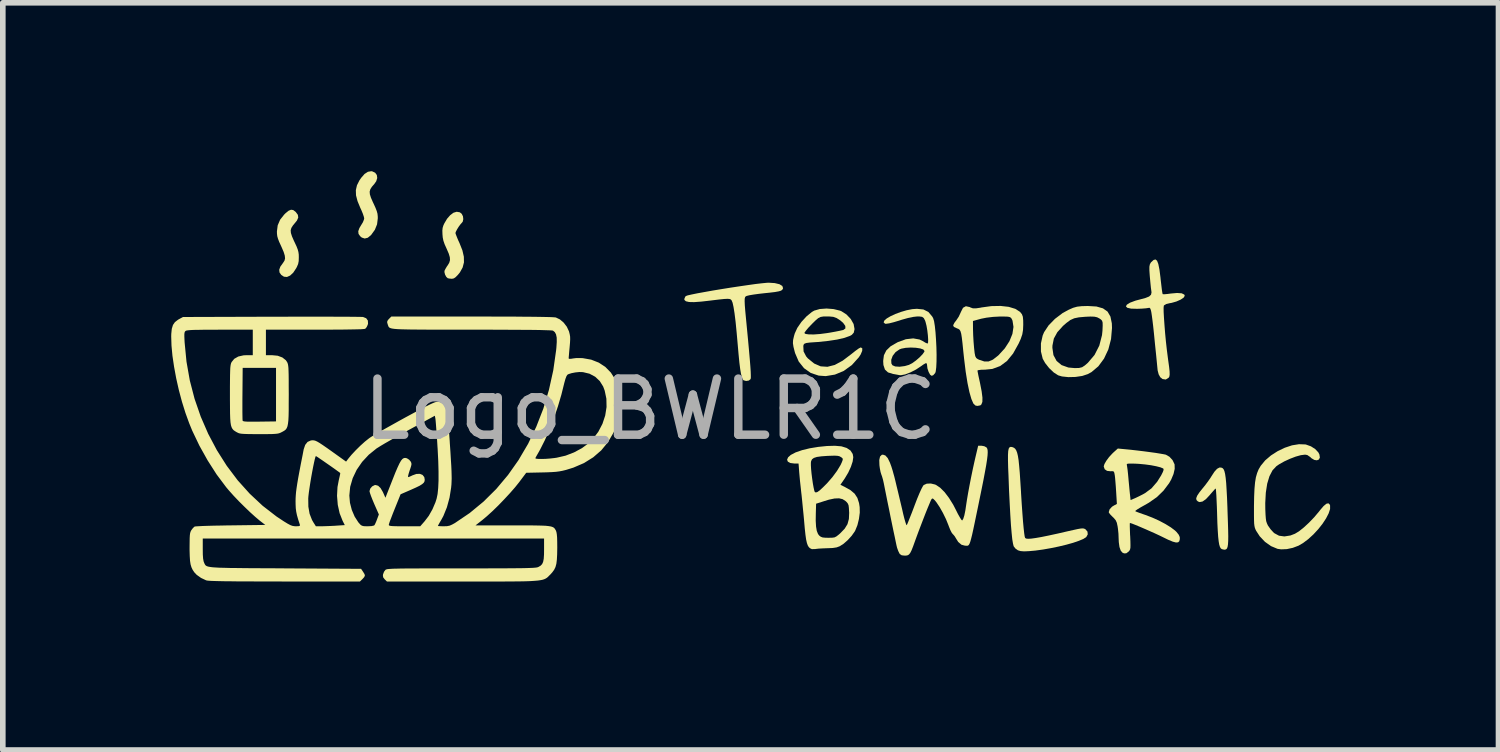
<source format=kicad_pcb>
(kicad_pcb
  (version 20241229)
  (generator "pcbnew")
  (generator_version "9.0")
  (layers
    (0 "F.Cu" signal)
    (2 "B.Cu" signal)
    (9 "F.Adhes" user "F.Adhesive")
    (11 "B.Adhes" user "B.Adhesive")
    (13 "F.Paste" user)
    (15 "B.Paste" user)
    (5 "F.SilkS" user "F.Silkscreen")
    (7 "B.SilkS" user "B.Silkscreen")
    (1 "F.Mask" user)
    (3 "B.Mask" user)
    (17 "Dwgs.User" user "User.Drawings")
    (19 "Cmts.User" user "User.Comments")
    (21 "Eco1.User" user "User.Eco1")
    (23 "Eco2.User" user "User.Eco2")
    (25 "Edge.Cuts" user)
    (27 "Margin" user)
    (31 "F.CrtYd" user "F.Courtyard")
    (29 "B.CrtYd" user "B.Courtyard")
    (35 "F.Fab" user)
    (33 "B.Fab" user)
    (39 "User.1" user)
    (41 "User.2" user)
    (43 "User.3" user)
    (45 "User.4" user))
  (footprint "Logo_BWLR1C"
    (layer "F.Cu")
    (at 8.531 4.739)
    (property "Reference" "Logo_BWLR1C" (at 0 -0.5 0) (unlocked yes) (layer "F.Fab") (effects (font (size 1 1) (thickness 0.15))))
    (attr smd)
    (fp_poly (pts (xy -4.951 -4.737) (xy -4.898 -4.712) (xy -4.868 -4.671) (xy -4.861 -4.618) (xy -4.879 -4.56) (xy -4.911 -4.514) (xy -4.956 -4.462) (xy -4.984 -4.418) (xy -4.996 -4.375) (xy -4.992 -4.327) (xy -4.973 -4.267) (xy -4.939 -4.189) (xy -4.925 -4.16) (xy -4.891 -4.085) (xy -4.87 -4.03) (xy -4.857 -3.984) (xy -4.852 -3.939) (xy -4.851 -3.901) (xy -4.864 -3.793) (xy -4.903 -3.696) (xy -4.97 -3.603) (xy -4.974 -3.599) (xy -5.029 -3.554) (xy -5.084 -3.54) (xy -5.136 -3.557) (xy -5.164 -3.58) (xy -5.194 -3.622) (xy -5.199 -3.67) (xy -5.179 -3.726) (xy -5.148 -3.778) (xy -5.118 -3.827) (xy -5.099 -3.873) (xy -5.093 -3.899) (xy -5.1 -3.93) (xy -5.117 -3.981) (xy -5.143 -4.044) (xy -5.163 -4.087) (xy -5.212 -4.206) (xy -5.239 -4.309) (xy -5.242 -4.402) (xy -5.222 -4.489) (xy -5.178 -4.576) (xy -5.148 -4.62) (xy -5.087 -4.69) (xy -5.027 -4.729) (xy -4.968 -4.739)) (stroke (width 0) (type solid)) (fill yes) (layer "F.SilkS"))
    (fp_poly (pts (xy -6.357 -4.047) (xy -6.316 -4.016) (xy -6.311 -4.011) (xy -6.275 -3.962) (xy -6.268 -3.914) (xy -6.291 -3.861) (xy -6.318 -3.827) (xy -6.362 -3.774) (xy -6.39 -3.73) (xy -6.403 -3.687) (xy -6.399 -3.639) (xy -6.38 -3.579) (xy -6.346 -3.501) (xy -6.332 -3.472) (xy -6.298 -3.399) (xy -6.277 -3.344) (xy -6.265 -3.299) (xy -6.259 -3.255) (xy -6.258 -3.205) (xy -6.26 -3.138) (xy -6.27 -3.087) (xy -6.291 -3.037) (xy -6.304 -3.012) (xy -6.357 -2.932) (xy -6.413 -2.88) (xy -6.469 -2.855) (xy -6.523 -2.86) (xy -6.571 -2.892) (xy -6.602 -2.936) (xy -6.607 -2.984) (xy -6.587 -3.039) (xy -6.539 -3.106) (xy -6.537 -3.109) (xy -6.513 -3.146) (xy -6.503 -3.186) (xy -6.508 -3.236) (xy -6.528 -3.301) (xy -6.564 -3.385) (xy -6.574 -3.407) (xy -6.608 -3.481) (xy -6.629 -3.536) (xy -6.642 -3.582) (xy -6.647 -3.626) (xy -6.648 -3.666) (xy -6.634 -3.775) (xy -6.591 -3.875) (xy -6.519 -3.966) (xy -6.494 -3.991) (xy -6.44 -4.035) (xy -6.396 -4.053)) (stroke (width 0) (type solid)) (fill yes) (layer "F.SilkS"))
    (fp_poly (pts (xy -3.39 -4.007) (xy -3.356 -3.98) (xy -3.334 -3.936) (xy -3.328 -3.885) (xy -3.338 -3.84) (xy -3.353 -3.821) (xy -3.379 -3.792) (xy -3.41 -3.75) (xy -3.439 -3.703) (xy -3.46 -3.662) (xy -3.468 -3.638) (xy -3.461 -3.615) (xy -3.444 -3.571) (xy -3.42 -3.512) (xy -3.395 -3.458) (xy -3.344 -3.329) (xy -3.318 -3.216) (xy -3.316 -3.115) (xy -3.34 -3.023) (xy -3.388 -2.937) (xy -3.423 -2.894) (xy -3.464 -2.852) (xy -3.496 -2.83) (xy -3.529 -2.823) (xy -3.535 -2.823) (xy -3.577 -2.827) (xy -3.605 -2.833) (xy -3.631 -2.857) (xy -3.653 -2.898) (xy -3.664 -2.942) (xy -3.662 -2.967) (xy -3.646 -2.999) (xy -3.62 -3.043) (xy -3.606 -3.062) (xy -3.578 -3.109) (xy -3.565 -3.155) (xy -3.568 -3.207) (xy -3.587 -3.271) (xy -3.623 -3.354) (xy -3.627 -3.363) (xy -3.661 -3.439) (xy -3.682 -3.5) (xy -3.694 -3.557) (xy -3.699 -3.616) (xy -3.701 -3.682) (xy -3.696 -3.73) (xy -3.682 -3.775) (xy -3.665 -3.811) (xy -3.617 -3.892) (xy -3.562 -3.955) (xy -3.504 -3.999) (xy -3.448 -4.016) (xy -3.442 -4.016)) (stroke (width 0) (type solid)) (fill yes) (layer "F.SilkS"))
    (fp_poly (pts (xy 10.179 0.542) (xy 10.2 0.552) (xy 10.217 0.572) (xy 10.231 0.605) (xy 10.243 0.655) (xy 10.253 0.724) (xy 10.262 0.815) (xy 10.269 0.93) (xy 10.277 1.074) (xy 10.284 1.249) (xy 10.287 1.347) (xy 10.293 1.516) (xy 10.297 1.654) (xy 10.299 1.763) (xy 10.298 1.847) (xy 10.294 1.909) (xy 10.287 1.952) (xy 10.277 1.98) (xy 10.262 1.995) (xy 10.244 2.002) (xy 10.227 2.003) (xy 10.186 1.994) (xy 10.166 1.98) (xy 10.151 1.954) (xy 10.138 1.912) (xy 10.128 1.852) (xy 10.119 1.77) (xy 10.112 1.663) (xy 10.105 1.527) (xy 10.1 1.359) (xy 10.1 1.354) (xy 10.096 1.233) (xy 10.091 1.125) (xy 10.087 1.035) (xy 10.082 0.966) (xy 10.078 0.924) (xy 10.074 0.913) (xy 10.058 0.928) (xy 10.026 0.964) (xy 9.983 1.013) (xy 9.971 1.028) (xy 9.901 1.103) (xy 9.841 1.145) (xy 9.789 1.155) (xy 9.759 1.144) (xy 9.733 1.119) (xy 9.728 1.087) (xy 9.745 1.042) (xy 9.785 0.982) (xy 9.836 0.918) (xy 9.892 0.849) (xy 9.943 0.78) (xy 9.984 0.721) (xy 9.998 0.698) (xy 10.052 0.615) (xy 10.099 0.563) (xy 10.141 0.54) (xy 10.155 0.539)) (stroke (width 0) (type solid)) (fill yes) (layer "F.SilkS"))
    (fp_poly (pts (xy 7.951 -2.329) (xy 8.067 -2.296) (xy 8.149 -2.238) (xy 8.2 -2.15) (xy 8.225 -2.029) (xy 8.228 -1.946) (xy 8.211 -1.749) (xy 8.163 -1.565) (xy 8.086 -1.401) (xy 7.985 -1.264) (xy 7.863 -1.161) (xy 7.798 -1.125) (xy 7.698 -1.092) (xy 7.576 -1.074) (xy 7.45 -1.071) (xy 7.337 -1.083) (xy 7.269 -1.103) (xy 7.19 -1.154) (xy 7.108 -1.232) (xy 7.037 -1.322) (xy 6.994 -1.398) (xy 6.962 -1.528) (xy 6.962 -1.593) (xy 7.166 -1.593) (xy 7.185 -1.463) (xy 7.241 -1.359) (xy 7.33 -1.285) (xy 7.451 -1.242) (xy 7.563 -1.232) (xy 7.641 -1.234) (xy 7.695 -1.247) (xy 7.744 -1.279) (xy 7.799 -1.327) (xy 7.917 -1.466) (xy 8.002 -1.633) (xy 8.05 -1.819) (xy 8.058 -1.896) (xy 8.062 -1.986) (xy 8.061 -2.042) (xy 8.051 -2.076) (xy 8.029 -2.099) (xy 8.004 -2.116) (xy 7.963 -2.137) (xy 7.913 -2.148) (xy 7.842 -2.15) (xy 7.752 -2.146) (xy 7.638 -2.136) (xy 7.555 -2.119) (xy 7.486 -2.088) (xy 7.417 -2.037) (xy 7.356 -1.984) (xy 7.254 -1.871) (xy 7.192 -1.758) (xy 7.167 -1.632) (xy 7.166 -1.593) (xy 6.962 -1.593) (xy 6.962 -1.672) (xy 6.993 -1.812) (xy 7.018 -1.871) (xy 7.098 -1.992) (xy 7.212 -2.109) (xy 7.348 -2.212) (xy 7.456 -2.271) (xy 7.536 -2.306) (xy 7.607 -2.326) (xy 7.688 -2.335) (xy 7.796 -2.338) (xy 7.796 -2.338)) (stroke (width 0) (type solid)) (fill yes) (layer "F.SilkS"))
    (fp_poly (pts (xy 6.455 0.176) (xy 6.456 0.177) (xy 6.482 0.188) (xy 6.504 0.206) (xy 6.522 0.234) (xy 6.538 0.275) (xy 6.552 0.333) (xy 6.564 0.409) (xy 6.574 0.508) (xy 6.585 0.633) (xy 6.595 0.786) (xy 6.607 0.971) (xy 6.608 0.998) (xy 6.62 1.189) (xy 6.632 1.358) (xy 6.643 1.503) (xy 6.654 1.621) (xy 6.664 1.711) (xy 6.673 1.77) (xy 6.681 1.794) (xy 6.698 1.805) (xy 6.733 1.809) (xy 6.789 1.806) (xy 6.868 1.795) (xy 6.972 1.777) (xy 7.104 1.75) (xy 7.265 1.715) (xy 7.443 1.674) (xy 7.545 1.651) (xy 7.619 1.635) (xy 7.671 1.626) (xy 7.706 1.624) (xy 7.73 1.627) (xy 7.748 1.636) (xy 7.756 1.64) (xy 7.791 1.681) (xy 7.796 1.73) (xy 7.77 1.777) (xy 7.766 1.781) (xy 7.717 1.812) (xy 7.638 1.845) (xy 7.536 1.88) (xy 7.415 1.914) (xy 7.282 1.946) (xy 7.142 1.975) (xy 7 2) (xy 6.863 2.019) (xy 6.75 2.029) (xy 6.662 2.033) (xy 6.599 2.028) (xy 6.552 2.014) (xy 6.551 2.013) (xy 6.507 1.982) (xy 6.477 1.943) (xy 6.476 1.941) (xy 6.464 1.893) (xy 6.451 1.815) (xy 6.44 1.706) (xy 6.428 1.566) (xy 6.417 1.393) (xy 6.406 1.188) (xy 6.394 0.95) (xy 6.384 0.677) (xy 6.378 0.539) (xy 6.375 0.411) (xy 6.375 0.315) (xy 6.379 0.247) (xy 6.388 0.203) (xy 6.403 0.179) (xy 6.425 0.171)) (stroke (width 0) (type solid)) (fill yes) (layer "F.SilkS"))
    (fp_poly (pts (xy 2.22 -2.746) (xy 2.304 -2.726) (xy 2.355 -2.695) (xy 2.368 -2.656) (xy 2.366 -2.647) (xy 2.354 -2.627) (xy 2.332 -2.611) (xy 2.291 -2.599) (xy 2.225 -2.587) (xy 2.126 -2.575) (xy 2.047 -2.567) (xy 1.94 -2.555) (xy 1.844 -2.542) (xy 1.772 -2.53) (xy 1.747 -2.524) (xy 1.723 -2.518) (xy 1.704 -2.51) (xy 1.692 -2.495) (xy 1.685 -2.467) (xy 1.684 -2.421) (xy 1.687 -2.35) (xy 1.695 -2.25) (xy 1.708 -2.114) (xy 1.721 -1.979) (xy 1.744 -1.74) (xy 1.762 -1.543) (xy 1.776 -1.384) (xy 1.786 -1.26) (xy 1.792 -1.167) (xy 1.794 -1.101) (xy 1.794 -1.059) (xy 1.79 -1.036) (xy 1.79 -1.036) (xy 1.759 -1.01) (xy 1.71 -1.002) (xy 1.666 -1.014) (xy 1.655 -1.025) (xy 1.636 -1.066) (xy 1.62 -1.126) (xy 1.605 -1.213) (xy 1.59 -1.331) (xy 1.575 -1.485) (xy 1.563 -1.623) (xy 1.542 -1.86) (xy 1.523 -2.054) (xy 1.504 -2.207) (xy 1.486 -2.32) (xy 1.469 -2.397) (xy 1.451 -2.44) (xy 1.45 -2.441) (xy 1.436 -2.455) (xy 1.415 -2.463) (xy 1.379 -2.466) (xy 1.32 -2.463) (xy 1.232 -2.454) (xy 1.107 -2.439) (xy 1.076 -2.435) (xy 0.909 -2.416) (xy 0.783 -2.407) (xy 0.694 -2.409) (xy 0.638 -2.422) (xy 0.612 -2.445) (xy 0.609 -2.462) (xy 0.625 -2.502) (xy 0.637 -2.515) (xy 0.669 -2.527) (xy 0.74 -2.543) (xy 0.842 -2.564) (xy 0.97 -2.587) (xy 1.115 -2.613) (xy 1.273 -2.639) (xy 1.435 -2.665) (xy 1.595 -2.689) (xy 1.746 -2.711) (xy 1.881 -2.73) (xy 1.994 -2.743) (xy 2.077 -2.751) (xy 2.109 -2.753)) (stroke (width 0) (type solid)) (fill yes) (layer "F.SilkS"))
    (fp_poly (pts (xy 9.031 -3.144) (xy 9.053 -3.086) (xy 9.073 -2.988) (xy 9.091 -2.849) (xy 9.095 -2.809) (xy 9.107 -2.707) (xy 9.117 -2.623) (xy 9.126 -2.567) (xy 9.131 -2.549) (xy 9.157 -2.547) (xy 9.215 -2.552) (xy 9.275 -2.56) (xy 9.388 -2.57) (xy 9.47 -2.564) (xy 9.516 -2.541) (xy 9.524 -2.519) (xy 9.503 -2.486) (xy 9.45 -2.451) (xy 9.375 -2.418) (xy 9.291 -2.394) (xy 9.256 -2.388) (xy 9.195 -2.373) (xy 9.156 -2.35) (xy 9.151 -2.343) (xy 9.147 -2.305) (xy 9.148 -2.23) (xy 9.154 -2.124) (xy 9.163 -1.997) (xy 9.174 -1.856) (xy 9.188 -1.71) (xy 9.204 -1.566) (xy 9.221 -1.432) (xy 9.228 -1.378) (xy 9.245 -1.256) (xy 9.254 -1.172) (xy 9.255 -1.116) (xy 9.25 -1.082) (xy 9.238 -1.061) (xy 9.186 -1.028) (xy 9.128 -1.037) (xy 9.088 -1.069) (xy 9.059 -1.121) (xy 9.041 -1.191) (xy 9.04 -1.201) (xy 9.015 -1.456) (xy 8.993 -1.668) (xy 8.976 -1.842) (xy 8.961 -1.982) (xy 8.948 -2.09) (xy 8.937 -2.172) (xy 8.928 -2.231) (xy 8.919 -2.269) (xy 8.91 -2.292) (xy 8.901 -2.303) (xy 8.891 -2.306) (xy 8.88 -2.304) (xy 8.834 -2.297) (xy 8.758 -2.291) (xy 8.677 -2.288) (xy 8.568 -2.291) (xy 8.501 -2.306) (xy 8.476 -2.331) (xy 8.493 -2.362) (xy 8.549 -2.397) (xy 8.645 -2.433) (xy 8.72 -2.453) (xy 8.824 -2.481) (xy 8.889 -2.507) (xy 8.923 -2.539) (xy 8.932 -2.58) (xy 8.928 -2.613) (xy 8.921 -2.662) (xy 8.913 -2.742) (xy 8.904 -2.839) (xy 8.901 -2.872) (xy 8.894 -2.972) (xy 8.894 -3.037) (xy 8.902 -3.079) (xy 8.918 -3.109) (xy 8.926 -3.119) (xy 8.969 -3.158) (xy 9.003 -3.167)) (stroke (width 0) (type solid)) (fill yes) (layer "F.SilkS"))
    (fp_poly (pts (xy 11.671 0.128) (xy 11.686 0.131) (xy 11.772 0.162) (xy 11.847 0.21) (xy 11.903 0.269) (xy 11.923 0.308) (xy 11.931 0.362) (xy 11.913 0.397) (xy 11.878 0.411) (xy 11.832 0.404) (xy 11.78 0.373) (xy 11.76 0.353) (xy 11.707 0.317) (xy 11.668 0.31) (xy 11.593 0.319) (xy 11.5 0.345) (xy 11.398 0.384) (xy 11.296 0.431) (xy 11.204 0.483) (xy 11.155 0.517) (xy 11.087 0.59) (xy 11.033 0.694) (xy 10.993 0.826) (xy 10.968 0.987) (xy 10.958 1.172) (xy 10.959 1.283) (xy 10.963 1.378) (xy 10.968 1.446) (xy 10.975 1.495) (xy 10.988 1.534) (xy 11.005 1.571) (xy 11.01 1.578) (xy 11.052 1.638) (xy 11.104 1.695) (xy 11.121 1.71) (xy 11.203 1.754) (xy 11.299 1.767) (xy 11.407 1.75) (xy 11.487 1.719) (xy 11.56 1.675) (xy 11.645 1.607) (xy 11.738 1.521) (xy 11.832 1.423) (xy 11.921 1.317) (xy 11.936 1.297) (xy 11.998 1.225) (xy 12.048 1.184) (xy 12.084 1.177) (xy 12.108 1.201) (xy 12.113 1.216) (xy 12.113 1.279) (xy 12.087 1.357) (xy 12.041 1.446) (xy 11.978 1.542) (xy 11.902 1.638) (xy 11.816 1.731) (xy 11.724 1.815) (xy 11.631 1.885) (xy 11.55 1.932) (xy 11.449 1.97) (xy 11.342 1.993) (xy 11.241 1.997) (xy 11.177 1.988) (xy 11.062 1.94) (xy 10.954 1.864) (xy 10.86 1.765) (xy 10.795 1.665) (xy 10.782 1.638) (xy 10.772 1.61) (xy 10.765 1.577) (xy 10.76 1.534) (xy 10.758 1.474) (xy 10.757 1.392) (xy 10.757 1.283) (xy 10.757 1.227) (xy 10.76 1.059) (xy 10.766 0.921) (xy 10.776 0.808) (xy 10.791 0.715) (xy 10.813 0.638) (xy 10.84 0.572) (xy 10.876 0.511) (xy 10.877 0.509) (xy 10.957 0.412) (xy 11.06 0.324) (xy 11.179 0.248) (xy 11.306 0.187) (xy 11.435 0.144) (xy 11.559 0.124)) (stroke (width 0) (type solid)) (fill yes) (layer "F.SilkS"))
    (fp_poly (pts (xy 3.269 -2.283) (xy 3.383 -2.255) (xy 3.406 -2.246) (xy 3.498 -2.187) (xy 3.574 -2.107) (xy 3.625 -2.017) (xy 3.641 -1.93) (xy 3.641 -1.923) (xy 3.628 -1.863) (xy 3.593 -1.824) (xy 3.553 -1.803) (xy 3.461 -1.77) (xy 3.331 -1.74) (xy 3.172 -1.716) (xy 2.992 -1.697) (xy 2.944 -1.694) (xy 2.845 -1.687) (xy 2.784 -1.679) (xy 2.75 -1.667) (xy 2.735 -1.65) (xy 2.729 -1.626) (xy 2.734 -1.528) (xy 2.78 -1.44) (xy 2.811 -1.404) (xy 2.923 -1.313) (xy 3.038 -1.263) (xy 3.159 -1.255) (xy 3.289 -1.288) (xy 3.43 -1.364) (xy 3.586 -1.482) (xy 3.587 -1.483) (xy 3.656 -1.538) (xy 3.714 -1.58) (xy 3.75 -1.599) (xy 3.754 -1.6) (xy 3.78 -1.583) (xy 3.778 -1.539) (xy 3.751 -1.475) (xy 3.718 -1.424) (xy 3.594 -1.286) (xy 3.45 -1.182) (xy 3.292 -1.116) (xy 3.128 -1.089) (xy 3.003 -1.098) (xy 2.862 -1.145) (xy 2.742 -1.23) (xy 2.647 -1.349) (xy 2.583 -1.498) (xy 2.577 -1.519) (xy 2.554 -1.61) (xy 2.544 -1.675) (xy 2.547 -1.732) (xy 2.562 -1.798) (xy 2.576 -1.847) (xy 2.58 -1.856) (xy 2.748 -1.856) (xy 2.77 -1.84) (xy 2.828 -1.832) (xy 2.917 -1.831) (xy 3.027 -1.839) (xy 3.15 -1.855) (xy 3.206 -1.864) (xy 3.3 -1.881) (xy 3.38 -1.897) (xy 3.433 -1.909) (xy 3.442 -1.911) (xy 3.479 -1.939) (xy 3.477 -1.983) (xy 3.438 -2.038) (xy 3.388 -2.081) (xy 3.323 -2.123) (xy 3.262 -2.145) (xy 3.184 -2.152) (xy 3.154 -2.152) (xy 3.086 -2.151) (xy 3.037 -2.143) (xy 2.995 -2.122) (xy 2.947 -2.081) (xy 2.883 -2.018) (xy 2.82 -1.952) (xy 2.774 -1.897) (xy 2.75 -1.862) (xy 2.748 -1.856) (xy 2.58 -1.856) (xy 2.622 -1.948) (xy 2.696 -2.055) (xy 2.787 -2.154) (xy 2.881 -2.231) (xy 2.924 -2.256) (xy 3.022 -2.284) (xy 3.143 -2.293)) (stroke (width 0) (type solid)) (fill yes) (layer "F.SilkS"))
    (fp_poly (pts (xy 6.388 -2.323) (xy 6.506 -2.287) (xy 6.59 -2.233) (xy 6.595 -2.227) (xy 6.624 -2.19) (xy 6.64 -2.146) (xy 6.646 -2.08) (xy 6.647 -2.006) (xy 6.643 -1.911) (xy 6.63 -1.833) (xy 6.602 -1.751) (xy 6.564 -1.667) (xy 6.466 -1.491) (xy 6.357 -1.358) (xy 6.235 -1.268) (xy 6.097 -1.217) (xy 5.969 -1.204) (xy 5.896 -1.202) (xy 5.846 -1.195) (xy 5.831 -1.188) (xy 5.836 -1.16) (xy 5.848 -1.098) (xy 5.867 -1.012) (xy 5.877 -0.966) (xy 5.906 -0.817) (xy 5.92 -0.706) (xy 5.919 -0.63) (xy 5.901 -0.584) (xy 5.883 -0.568) (xy 5.83 -0.558) (xy 5.795 -0.565) (xy 5.758 -0.601) (xy 5.723 -0.682) (xy 5.688 -0.804) (xy 5.654 -0.966) (xy 5.622 -1.165) (xy 5.593 -1.401) (xy 5.579 -1.531) (xy 5.565 -1.671) (xy 5.553 -1.773) (xy 5.542 -1.843) (xy 5.529 -1.888) (xy 5.513 -1.915) (xy 5.492 -1.93) (xy 5.463 -1.941) (xy 5.462 -1.942) (xy 5.412 -1.965) (xy 5.398 -1.994) (xy 5.42 -2.038) (xy 5.445 -2.071) (xy 5.751 -2.071) (xy 5.752 -1.921) (xy 5.755 -1.82) (xy 5.762 -1.699) (xy 5.771 -1.592) (xy 5.781 -1.501) (xy 5.792 -1.445) (xy 5.809 -1.412) (xy 5.836 -1.392) (xy 5.862 -1.38) (xy 5.953 -1.35) (xy 6.03 -1.35) (xy 6.107 -1.383) (xy 6.196 -1.452) (xy 6.208 -1.463) (xy 6.318 -1.583) (xy 6.401 -1.711) (xy 6.454 -1.841) (xy 6.473 -1.965) (xy 6.456 -2.075) (xy 6.449 -2.093) (xy 6.433 -2.122) (xy 6.412 -2.139) (xy 6.374 -2.148) (xy 6.31 -2.15) (xy 6.224 -2.15) (xy 6.109 -2.144) (xy 5.992 -2.13) (xy 5.896 -2.111) (xy 5.889 -2.109) (xy 5.751 -2.071) (xy 5.445 -2.071) (xy 5.451 -2.078) (xy 5.498 -2.148) (xy 5.535 -2.228) (xy 5.538 -2.235) (xy 5.574 -2.306) (xy 5.625 -2.334) (xy 5.693 -2.319) (xy 5.706 -2.312) (xy 5.748 -2.297) (xy 5.804 -2.296) (xy 5.886 -2.308) (xy 5.903 -2.312) (xy 6.079 -2.336) (xy 6.243 -2.339)) (stroke (width 0) (type solid)) (fill yes) (layer "F.SilkS"))
    (fp_poly (pts (xy 4.869 -2.276) (xy 4.957 -2.232) (xy 5.025 -2.151) (xy 5.042 -2.121) (xy 5.058 -2.069) (xy 5.072 -1.982) (xy 5.084 -1.869) (xy 5.093 -1.74) (xy 5.1 -1.604) (xy 5.103 -1.47) (xy 5.102 -1.347) (xy 5.097 -1.245) (xy 5.088 -1.173) (xy 5.079 -1.145) (xy 5.045 -1.106) (xy 5.016 -1.094) (xy 4.988 -1.114) (xy 4.961 -1.164) (xy 4.94 -1.227) (xy 4.934 -1.281) (xy 4.929 -1.314) (xy 4.909 -1.319) (xy 4.866 -1.294) (xy 4.833 -1.27) (xy 4.738 -1.207) (xy 4.637 -1.155) (xy 4.543 -1.119) (xy 4.467 -1.105) (xy 4.439 -1.107) (xy 4.403 -1.114) (xy 4.343 -1.125) (xy 4.329 -1.127) (xy 4.238 -1.155) (xy 4.183 -1.206) (xy 4.156 -1.287) (xy 4.152 -1.356) (xy 4.154 -1.379) (xy 4.295 -1.379) (xy 4.298 -1.314) (xy 4.317 -1.282) (xy 4.366 -1.261) (xy 4.444 -1.256) (xy 4.537 -1.268) (xy 4.61 -1.289) (xy 4.667 -1.318) (xy 4.734 -1.366) (xy 4.799 -1.422) (xy 4.853 -1.478) (xy 4.884 -1.522) (xy 4.888 -1.536) (xy 4.867 -1.563) (xy 4.812 -1.582) (xy 4.734 -1.594) (xy 4.644 -1.598) (xy 4.554 -1.593) (xy 4.476 -1.578) (xy 4.442 -1.565) (xy 4.372 -1.516) (xy 4.321 -1.45) (xy 4.295 -1.379) (xy 4.154 -1.379) (xy 4.165 -1.461) (xy 4.208 -1.547) (xy 4.285 -1.621) (xy 4.403 -1.689) (xy 4.415 -1.695) (xy 4.556 -1.746) (xy 4.687 -1.761) (xy 4.8 -1.741) (xy 4.853 -1.715) (xy 4.905 -1.684) (xy 4.94 -1.669) (xy 4.943 -1.669) (xy 4.952 -1.689) (xy 4.953 -1.743) (xy 4.948 -1.818) (xy 4.938 -1.903) (xy 4.924 -1.985) (xy 4.907 -2.052) (xy 4.899 -2.077) (xy 4.875 -2.123) (xy 4.845 -2.145) (xy 4.792 -2.152) (xy 4.761 -2.152) (xy 4.69 -2.144) (xy 4.593 -2.124) (xy 4.485 -2.094) (xy 4.44 -2.079) (xy 4.343 -2.05) (xy 4.26 -2.029) (xy 4.203 -2.021) (xy 4.186 -2.022) (xy 4.16 -2.046) (xy 4.172 -2.078) (xy 4.215 -2.116) (xy 4.283 -2.156) (xy 4.369 -2.196) (xy 4.467 -2.232) (xy 4.569 -2.262) (xy 4.67 -2.282) (xy 4.753 -2.288)) (stroke (width 0) (type solid)) (fill yes) (layer "F.SilkS"))
    (fp_poly (pts (xy 3.408 0.162) (xy 3.502 0.191) (xy 3.57 0.237) (xy 3.609 0.298) (xy 3.619 0.355) (xy 3.608 0.433) (xy 3.577 0.527) (xy 3.53 0.629) (xy 3.471 0.728) (xy 3.47 0.73) (xy 3.39 0.847) (xy 3.467 0.885) (xy 3.57 0.943) (xy 3.643 1.005) (xy 3.692 1.08) (xy 3.722 1.174) (xy 3.733 1.245) (xy 3.735 1.343) (xy 3.72 1.456) (xy 3.693 1.566) (xy 3.655 1.66) (xy 3.646 1.677) (xy 3.591 1.755) (xy 3.521 1.832) (xy 3.446 1.898) (xy 3.377 1.942) (xy 3.323 1.962) (xy 3.252 1.973) (xy 3.156 1.977) (xy 3.151 1.977) (xy 3.073 1.98) (xy 3.002 1.984) (xy 2.951 1.99) (xy 2.94 1.992) (xy 2.881 1.993) (xy 2.848 1.977) (xy 2.826 1.956) (xy 2.808 1.926) (xy 2.793 1.883) (xy 2.779 1.821) (xy 2.767 1.736) (xy 2.755 1.624) (xy 2.745 1.509) (xy 2.743 1.486) (xy 2.95 1.486) (xy 2.956 1.591) (xy 2.969 1.668) (xy 2.991 1.723) (xy 3.011 1.75) (xy 3.039 1.772) (xy 3.072 1.785) (xy 3.121 1.79) (xy 3.175 1.791) (xy 3.241 1.79) (xy 3.285 1.784) (xy 3.32 1.766) (xy 3.362 1.733) (xy 3.386 1.712) (xy 3.466 1.629) (xy 3.516 1.548) (xy 3.541 1.456) (xy 3.546 1.344) (xy 3.545 1.331) (xy 3.541 1.259) (xy 3.535 1.212) (xy 3.522 1.181) (xy 3.5 1.154) (xy 3.482 1.137) (xy 3.429 1.103) (xy 3.366 1.088) (xy 3.286 1.091) (xy 3.185 1.112) (xy 3.107 1.136) (xy 2.957 1.184) (xy 2.952 1.351) (xy 2.95 1.486) (xy 2.743 1.486) (xy 2.734 1.388) (xy 2.721 1.26) (xy 2.709 1.136) (xy 2.698 1.03) (xy 2.693 0.989) (xy 2.682 0.886) (xy 2.67 0.778) (xy 2.661 0.679) (xy 2.656 0.623) (xy 2.647 0.502) (xy 2.864 0.502) (xy 2.868 0.57) (xy 2.876 0.651) (xy 2.887 0.738) (xy 2.899 0.822) (xy 2.912 0.894) (xy 2.924 0.948) (xy 2.933 0.974) (xy 2.952 0.984) (xy 2.981 0.975) (xy 3.022 0.946) (xy 3.079 0.893) (xy 3.153 0.819) (xy 3.247 0.711) (xy 3.329 0.6) (xy 3.392 0.496) (xy 3.415 0.447) (xy 3.431 0.404) (xy 3.431 0.38) (xy 3.411 0.361) (xy 3.397 0.352) (xy 3.371 0.338) (xy 3.338 0.331) (xy 3.289 0.328) (xy 3.218 0.33) (xy 3.16 0.332) (xy 3.05 0.34) (xy 2.971 0.351) (xy 2.918 0.368) (xy 2.885 0.392) (xy 2.868 0.426) (xy 2.864 0.454) (xy 2.864 0.502) (xy 2.647 0.502) (xy 2.644 0.468) (xy 2.57 0.468) (xy 2.498 0.459) (xy 2.454 0.435) (xy 2.44 0.4) (xy 2.458 0.358) (xy 2.506 0.315) (xy 2.592 0.27) (xy 2.707 0.23) (xy 2.843 0.197) (xy 2.994 0.172) (xy 3.152 0.156) (xy 3.292 0.152)) (stroke (width 0) (type solid)) (fill yes) (layer "F.SilkS"))
    (fp_poly (pts (xy 8.458 0.213) (xy 8.562 0.223) (xy 8.676 0.236) (xy 8.792 0.25) (xy 8.905 0.265) (xy 9.007 0.279) (xy 9.093 0.293) (xy 9.156 0.304) (xy 9.188 0.311) (xy 9.252 0.348) (xy 9.307 0.408) (xy 9.341 0.479) (xy 9.343 0.486) (xy 9.345 0.563) (xy 9.324 0.655) (xy 9.283 0.753) (xy 9.246 0.818) (xy 9.145 0.952) (xy 9.028 1.066) (xy 8.885 1.166) (xy 8.81 1.209) (xy 8.74 1.248) (xy 8.685 1.281) (xy 8.651 1.305) (xy 8.642 1.317) (xy 8.663 1.327) (xy 8.71 1.345) (xy 8.775 1.368) (xy 8.822 1.384) (xy 8.945 1.431) (xy 9.067 1.486) (xy 9.18 1.546) (xy 9.277 1.606) (xy 9.351 1.662) (xy 9.377 1.687) (xy 9.417 1.737) (xy 9.435 1.778) (xy 9.436 1.815) (xy 9.427 1.852) (xy 9.405 1.872) (xy 9.368 1.875) (xy 9.311 1.86) (xy 9.231 1.827) (xy 9.137 1.781) (xy 9.069 1.748) (xy 8.987 1.71) (xy 8.897 1.67) (xy 8.806 1.63) (xy 8.72 1.593) (xy 8.645 1.562) (xy 8.587 1.539) (xy 8.552 1.528) (xy 8.547 1.527) (xy 8.545 1.543) (xy 8.545 1.589) (xy 8.547 1.656) (xy 8.55 1.74) (xy 8.552 1.762) (xy 8.556 1.858) (xy 8.557 1.925) (xy 8.556 1.969) (xy 8.55 1.998) (xy 8.54 2.018) (xy 8.525 2.035) (xy 8.525 2.036) (xy 8.483 2.067) (xy 8.443 2.069) (xy 8.413 2.055) (xy 8.383 2.019) (xy 8.361 1.955) (xy 8.349 1.868) (xy 8.346 1.8) (xy 8.343 1.718) (xy 8.334 1.63) (xy 8.328 1.589) (xy 8.314 1.523) (xy 8.293 1.477) (xy 8.257 1.435) (xy 8.24 1.419) (xy 8.201 1.38) (xy 8.175 1.347) (xy 8.17 1.334) (xy 8.186 1.283) (xy 8.229 1.237) (xy 8.261 1.217) (xy 8.315 1.188) (xy 8.302 0.974) (xy 8.296 0.882) (xy 8.289 0.794) (xy 8.283 0.722) (xy 8.278 0.68) (xy 8.269 0.632) (xy 8.257 0.609) (xy 8.231 0.604) (xy 8.203 0.606) (xy 8.14 0.599) (xy 8.098 0.57) (xy 8.081 0.521) (xy 8.081 0.519) (xy 8.089 0.491) (xy 8.492 0.491) (xy 8.493 0.497) (xy 8.498 0.527) (xy 8.506 0.584) (xy 8.514 0.66) (xy 8.522 0.747) (xy 8.522 0.751) (xy 8.531 0.843) (xy 8.539 0.93) (xy 8.546 1.001) (xy 8.551 1.045) (xy 8.559 1.119) (xy 8.642 1.084) (xy 8.707 1.053) (xy 8.78 1.016) (xy 8.817 0.995) (xy 8.931 0.911) (xy 9.032 0.794) (xy 9.104 0.679) (xy 9.134 0.619) (xy 9.147 0.582) (xy 9.145 0.562) (xy 9.137 0.555) (xy 9.091 0.536) (xy 9.017 0.517) (xy 8.925 0.499) (xy 8.823 0.485) (xy 8.719 0.475) (xy 8.675 0.472) (xy 8.591 0.469) (xy 8.536 0.469) (xy 8.505 0.472) (xy 8.492 0.479) (xy 8.492 0.491) (xy 8.089 0.491) (xy 8.094 0.476) (xy 8.127 0.419) (xy 8.175 0.354) (xy 8.233 0.291) (xy 8.258 0.267) (xy 8.332 0.201)) (stroke (width 0) (type solid)) (fill yes) (layer "F.SilkS"))
    (fp_poly (pts (xy 5.953 0.16) (xy 5.992 0.181) (xy 5.992 0.181) (xy 6.004 0.199) (xy 6.012 0.227) (xy 6.014 0.268) (xy 6.011 0.325) (xy 6.002 0.4) (xy 5.987 0.497) (xy 5.965 0.618) (xy 5.937 0.767) (xy 5.901 0.946) (xy 5.885 1.024) (xy 5.844 1.225) (xy 5.809 1.393) (xy 5.78 1.533) (xy 5.756 1.647) (xy 5.736 1.737) (xy 5.719 1.805) (xy 5.705 1.856) (xy 5.692 1.892) (xy 5.68 1.914) (xy 5.668 1.927) (xy 5.655 1.932) (xy 5.64 1.933) (xy 5.623 1.932) (xy 5.611 1.932) (xy 5.547 1.915) (xy 5.489 1.866) (xy 5.453 1.809) (xy 5.425 1.763) (xy 5.398 1.731) (xy 5.391 1.725) (xy 5.374 1.703) (xy 5.349 1.655) (xy 5.323 1.591) (xy 5.313 1.564) (xy 5.27 1.458) (xy 5.216 1.348) (xy 5.158 1.245) (xy 5.101 1.16) (xy 5.074 1.126) (xy 5.043 1.096) (xy 5.025 1.091) (xy 5.013 1.103) (xy 4.999 1.13) (xy 4.976 1.185) (xy 4.944 1.261) (xy 4.907 1.353) (xy 4.867 1.456) (xy 4.826 1.563) (xy 4.785 1.67) (xy 4.748 1.77) (xy 4.721 1.844) (xy 4.685 1.944) (xy 4.657 2.015) (xy 4.633 2.062) (xy 4.61 2.09) (xy 4.584 2.104) (xy 4.553 2.109) (xy 4.536 2.109) (xy 4.482 2.103) (xy 4.449 2.081) (xy 4.441 2.069) (xy 4.42 2.026) (xy 4.4 1.97) (xy 4.397 1.959) (xy 4.389 1.926) (xy 4.376 1.864) (xy 4.358 1.777) (xy 4.335 1.67) (xy 4.31 1.549) (xy 4.283 1.418) (xy 4.256 1.282) (xy 4.228 1.147) (xy 4.202 1.017) (xy 4.178 0.897) (xy 4.163 0.821) (xy 4.148 0.755) (xy 4.13 0.693) (xy 4.12 0.667) (xy 4.105 0.619) (xy 4.092 0.552) (xy 4.085 0.498) (xy 4.082 0.406) (xy 4.096 0.344) (xy 4.127 0.313) (xy 4.148 0.31) (xy 4.191 0.325) (xy 4.233 0.372) (xy 4.272 0.452) (xy 4.297 0.52) (xy 4.309 0.558) (xy 4.322 0.6) (xy 4.335 0.648) (xy 4.351 0.705) (xy 4.369 0.777) (xy 4.39 0.866) (xy 4.417 0.977) (xy 4.449 1.112) (xy 4.488 1.276) (xy 4.51 1.373) (xy 4.53 1.452) (xy 4.548 1.514) (xy 4.562 1.555) (xy 4.571 1.568) (xy 4.571 1.567) (xy 4.581 1.547) (xy 4.601 1.499) (xy 4.629 1.428) (xy 4.664 1.34) (xy 4.702 1.24) (xy 4.71 1.218) (xy 4.756 1.098) (xy 4.798 0.997) (xy 4.833 0.92) (xy 4.86 0.87) (xy 4.873 0.852) (xy 4.928 0.827) (xy 5 0.824) (xy 5.076 0.842) (xy 5.094 0.85) (xy 5.167 0.899) (xy 5.246 0.978) (xy 5.324 1.081) (xy 5.4 1.203) (xy 5.447 1.294) (xy 5.484 1.368) (xy 5.518 1.428) (xy 5.543 1.468) (xy 5.558 1.483) (xy 5.559 1.483) (xy 5.578 1.454) (xy 5.597 1.395) (xy 5.615 1.308) (xy 5.631 1.2) (xy 5.645 1.109) (xy 5.665 0.992) (xy 5.69 0.857) (xy 5.718 0.714) (xy 5.748 0.569) (xy 5.778 0.432) (xy 5.799 0.341) (xy 5.844 0.151) (xy 5.903 0.151)) (stroke (width 0) (type solid)) (fill yes) (layer "F.SilkS"))
    (fp_poly (pts (xy -3.175 -2.15) (xy -2.898 -2.15) (xy -2.651 -2.149) (xy -2.434 -2.149) (xy -2.246 -2.147) (xy -2.086 -2.146) (xy -1.954 -2.144) (xy -1.848 -2.142) (xy -1.768 -2.14) (xy -1.713 -2.137) (xy -1.682 -2.134) (xy -1.678 -2.133) (xy -1.607 -2.099) (xy -1.54 -2.042) (xy -1.484 -1.969) (xy -1.446 -1.888) (xy -1.443 -1.878) (xy -1.432 -1.833) (xy -1.425 -1.792) (xy -1.424 -1.745) (xy -1.427 -1.683) (xy -1.434 -1.602) (xy -1.441 -1.529) (xy -1.446 -1.467) (xy -1.45 -1.423) (xy -1.451 -1.403) (xy -1.437 -1.396) (xy -1.396 -1.399) (xy -1.377 -1.403) (xy -1.32 -1.41) (xy -1.25 -1.411) (xy -1.2 -1.409) (xy -1.049 -1.382) (xy -0.914 -1.329) (xy -0.798 -1.253) (xy -0.7 -1.153) (xy -0.623 -1.033) (xy -0.568 -0.894) (xy -0.537 -0.738) (xy -0.529 -0.606) (xy -0.537 -0.458) (xy -0.562 -0.321) (xy -0.607 -0.184) (xy -0.654 -0.079) (xy -0.751 0.088) (xy -0.87 0.233) (xy -1.013 0.357) (xy -1.178 0.46) (xy -1.366 0.541) (xy -1.498 0.582) (xy -1.559 0.597) (xy -1.617 0.608) (xy -1.678 0.616) (xy -1.751 0.621) (xy -1.842 0.625) (xy -1.927 0.627) (xy -2.207 0.633) (xy -2.333 0.801) (xy -2.406 0.892) (xy -2.496 0.995) (xy -2.598 1.105) (xy -2.704 1.215) (xy -2.81 1.318) (xy -2.909 1.408) (xy -2.988 1.474) (xy -3.11 1.57) (xy -2.452 1.57) (xy -2.283 1.57) (xy -2.142 1.57) (xy -2.026 1.572) (xy -1.934 1.574) (xy -1.861 1.577) (xy -1.806 1.583) (xy -1.765 1.59) (xy -1.735 1.6) (xy -1.714 1.612) (xy -1.699 1.628) (xy -1.687 1.647) (xy -1.678 1.663) (xy -1.669 1.689) (xy -1.662 1.728) (xy -1.657 1.783) (xy -1.655 1.861) (xy -1.654 1.965) (xy -1.656 2.085) (xy -1.661 2.18) (xy -1.67 2.254) (xy -1.686 2.313) (xy -1.71 2.362) (xy -1.743 2.407) (xy -1.78 2.448) (xy -1.801 2.468) (xy -1.819 2.487) (xy -1.838 2.503) (xy -1.858 2.516) (xy -1.883 2.528) (xy -1.913 2.538) (xy -1.952 2.546) (xy -2.001 2.553) (xy -2.062 2.558) (xy -2.138 2.563) (xy -2.229 2.566) (xy -2.339 2.568) (xy -2.468 2.569) (xy -2.62 2.57) (xy -2.797 2.57) (xy -2.999 2.57) (xy -3.23 2.57) (xy -3.354 2.57) (xy -4.688 2.57) (xy -4.728 2.531) (xy -4.755 2.496) (xy -4.76 2.461) (xy -4.757 2.441) (xy -4.74 2.396) (xy -4.715 2.363) (xy -4.708 2.358) (xy -4.697 2.354) (xy -4.681 2.35) (xy -4.657 2.347) (xy -4.624 2.345) (xy -4.579 2.342) (xy -4.52 2.341) (xy -4.446 2.339) (xy -4.354 2.338) (xy -4.243 2.337) (xy -4.11 2.337) (xy -3.954 2.336) (xy -3.772 2.336) (xy -3.562 2.336) (xy -3.363 2.336) (xy -3.127 2.336) (xy -2.921 2.336) (xy -2.741 2.335) (xy -2.587 2.335) (xy -2.457 2.334) (xy -2.347 2.333) (xy -2.256 2.332) (xy -2.183 2.33) (xy -2.125 2.328) (xy -2.08 2.326) (xy -2.046 2.323) (xy -2.021 2.32) (xy -2.003 2.316) (xy -1.991 2.311) (xy -1.988 2.31) (xy -1.951 2.288) (xy -1.924 2.26) (xy -1.906 2.221) (xy -1.895 2.165) (xy -1.89 2.088) (xy -1.889 2.001) (xy -1.889 1.804) (xy -7.969 1.804) (xy -7.969 1.994) (xy -7.968 2.091) (xy -7.963 2.162) (xy -7.954 2.211) (xy -7.946 2.232) (xy -7.939 2.249) (xy -7.932 2.263) (xy -7.924 2.276) (xy -7.913 2.287) (xy -7.897 2.296) (xy -7.874 2.304) (xy -7.842 2.31) (xy -7.799 2.316) (xy -7.742 2.32) (xy -7.671 2.324) (xy -7.583 2.326) (xy -7.477 2.329) (xy -7.349 2.33) (xy -7.199 2.332) (xy -7.024 2.333) (xy -6.823 2.334) (xy -6.593 2.335) (xy -6.501 2.336) (xy -5.149 2.344) (xy -5.113 2.397) (xy -5.087 2.439) (xy -5.081 2.467) (xy -5.095 2.494) (xy -5.123 2.525) (xy -5.169 2.57) (xy -6.51 2.57) (xy -6.758 2.569) (xy -6.975 2.569) (xy -7.165 2.568) (xy -7.329 2.568) (xy -7.469 2.566) (xy -7.585 2.565) (xy -7.681 2.563) (xy -7.758 2.561) (xy -7.817 2.559) (xy -7.861 2.556) (xy -7.891 2.553) (xy -7.908 2.549) (xy -7.909 2.549) (xy -8 2.506) (xy -8.077 2.451) (xy -8.118 2.408) (xy -8.148 2.364) (xy -8.17 2.318) (xy -8.186 2.265) (xy -8.196 2.199) (xy -8.201 2.115) (xy -8.204 2.007) (xy -8.204 1.965) (xy -8.203 1.867) (xy -8.202 1.796) (xy -8.199 1.744) (xy -8.194 1.708) (xy -8.186 1.682) (xy -8.175 1.66) (xy -8.172 1.655) (xy -8.144 1.618) (xy -8.117 1.593) (xy -8.114 1.591) (xy -8.092 1.588) (xy -8.043 1.585) (xy -7.97 1.581) (xy -7.877 1.578) (xy -7.766 1.575) (xy -7.641 1.573) (xy -7.507 1.57) (xy -7.471 1.57) (xy -6.855 1.562) (xy -6.955 1.485) (xy -7.033 1.419) (xy -7.125 1.336) (xy -7.224 1.241) (xy -7.325 1.141) (xy -7.42 1.041) (xy -7.504 0.947) (xy -7.552 0.89) (xy -7.722 0.663) (xy -7.882 0.413) (xy -8.029 0.15) (xy -8.157 -0.118) (xy -8.211 -0.25) (xy -8.278 -0.435) (xy -8.34 -0.634) (xy -8.395 -0.841) (xy -8.442 -1.049) (xy -8.48 -1.255) (xy -8.509 -1.451) (xy -8.526 -1.632) (xy -8.531 -1.793) (xy -8.53 -1.84) (xy -8.521 -1.931) (xy -8.5 -2) (xy -8.464 -2.052) (xy -8.409 -2.094) (xy -8.386 -2.107) (xy -8.321 -2.142) (xy -6.742 -2.147) (xy -6.522 -2.147) (xy -6.309 -2.148) (xy -6.107 -2.148) (xy -5.918 -2.148) (xy -5.743 -2.148) (xy -5.585 -2.147) (xy -5.446 -2.147) (xy -5.328 -2.146) (xy -5.234 -2.145) (xy -5.165 -2.144) (xy -5.123 -2.143) (xy -5.113 -2.142) (xy -5.058 -2.12) (xy -5.028 -2.079) (xy -5.025 -2.024) (xy -5.031 -2.002) (xy -5.05 -1.961) (xy -5.074 -1.933) (xy -5.078 -1.931) (xy -5.1 -1.928) (xy -5.152 -1.924) (xy -5.233 -1.922) (xy -5.341 -1.92) (xy -5.475 -1.918) (xy -5.634 -1.917) (xy -5.815 -1.916) (xy -5.975 -1.916) (xy -6.844 -1.916) (xy -6.844 -1.462) (xy -6.738 -1.462) (xy -6.634 -1.452) (xy -6.551 -1.421) (xy -6.489 -1.372) (xy -6.466 -1.338) (xy -6.458 -1.32) (xy -6.452 -1.3) (xy -6.447 -1.272) (xy -6.443 -1.234) (xy -6.441 -1.181) (xy -6.439 -1.112) (xy -6.438 -1.021) (xy -6.438 -0.906) (xy -6.437 -0.764) (xy -6.437 -0.759) (xy -6.438 -0.606) (xy -6.438 -0.481) (xy -6.44 -0.38) (xy -6.444 -0.301) (xy -6.451 -0.241) (xy -6.46 -0.196) (xy -6.473 -0.163) (xy -6.49 -0.138) (xy -6.513 -0.119) (xy -6.54 -0.103) (xy -6.563 -0.091) (xy -6.587 -0.079) (xy -6.612 -0.07) (xy -6.641 -0.064) (xy -6.68 -0.06) (xy -6.734 -0.057) (xy -6.807 -0.056) (xy -6.903 -0.056) (xy -6.968 -0.056) (xy -7.08 -0.056) (xy -7.165 -0.057) (xy -7.228 -0.059) (xy -7.274 -0.062) (xy -7.307 -0.067) (xy -7.332 -0.074) (xy -7.353 -0.084) (xy -7.366 -0.091) (xy -7.396 -0.109) (xy -7.421 -0.127) (xy -7.44 -0.149) (xy -7.455 -0.177) (xy -7.467 -0.215) (xy -7.475 -0.266) (xy -7.48 -0.334) (xy -7.483 -0.421) (xy -7.484 -0.531) (xy -7.484 -0.549) (xy -7.263 -0.549) (xy -7.263 -0.455) (xy -7.262 -0.379) (xy -7.261 -0.325) (xy -7.259 -0.296) (xy -7.259 -0.294) (xy -7.249 -0.287) (xy -7.224 -0.281) (xy -7.179 -0.278) (xy -7.113 -0.277) (xy -7.02 -0.277) (xy -6.958 -0.278) (xy -6.664 -0.282) (xy -6.664 -1.236) (xy -7.258 -1.236) (xy -7.262 -0.775) (xy -7.263 -0.657) (xy -7.263 -0.549) (xy -7.484 -0.549) (xy -7.485 -0.667) (xy -7.485 -0.759) (xy -7.485 -0.902) (xy -7.484 -1.018) (xy -7.483 -1.109) (xy -7.481 -1.179) (xy -7.479 -1.232) (xy -7.475 -1.271) (xy -7.47 -1.299) (xy -7.464 -1.32) (xy -7.456 -1.337) (xy -7.456 -1.338) (xy -7.408 -1.397) (xy -7.336 -1.438) (xy -7.243 -1.459) (xy -7.184 -1.462) (xy -7.078 -1.462) (xy -7.078 -1.916) (xy -7.661 -1.916) (xy -7.819 -1.915) (xy -7.947 -1.915) (xy -8.05 -1.913) (xy -8.13 -1.912) (xy -8.189 -1.909) (xy -8.231 -1.905) (xy -8.258 -1.901) (xy -8.273 -1.895) (xy -8.274 -1.894) (xy -8.286 -1.883) (xy -8.293 -1.866) (xy -8.297 -1.837) (xy -8.297 -1.792) (xy -8.294 -1.723) (xy -8.292 -1.687) (xy -8.259 -1.347) (xy -8.2 -1.012) (xy -8.115 -0.685) (xy -8.005 -0.367) (xy -7.872 -0.061) (xy -7.717 0.232) (xy -7.542 0.508) (xy -7.347 0.767) (xy -7.133 1.005) (xy -6.902 1.221) (xy -6.655 1.412) (xy -6.525 1.498) (xy -6.458 1.539) (xy -6.409 1.565) (xy -6.371 1.579) (xy -6.334 1.585) (xy -6.308 1.586) (xy -6.262 1.584) (xy -6.241 1.578) (xy -6.238 1.565) (xy -6.239 1.558) (xy -6.27 1.463) (xy -6.291 1.389) (xy -6.304 1.327) (xy -6.312 1.267) (xy -6.315 1.202) (xy -6.316 1.14) (xy -6.315 1.091) (xy -6.09 1.091) (xy -6.088 1.237) (xy -6.066 1.363) (xy -6.023 1.473) (xy -5.999 1.515) (xy -5.954 1.586) (xy -5.848 1.586) (xy -5.782 1.584) (xy -5.7 1.581) (xy -5.616 1.577) (xy -5.59 1.575) (xy -5.439 1.565) (xy -5.478 1.488) (xy -5.531 1.354) (xy -5.564 1.204) (xy -5.577 1.045) (xy -5.577 1.039) (xy -5.358 1.039) (xy -5.347 1.167) (xy -5.314 1.295) (xy -5.263 1.414) (xy -5.198 1.515) (xy -5.185 1.53) (xy -5.158 1.56) (xy -5.133 1.576) (xy -5.1 1.584) (xy -5.05 1.586) (xy -5.031 1.586) (xy -4.965 1.583) (xy -4.923 1.574) (xy -4.91 1.566) (xy -4.897 1.541) (xy -4.878 1.498) (xy -4.864 1.461) (xy -4.832 1.375) (xy -4.915 1.187) (xy -4.946 1.113) (xy -4.972 1.047) (xy -4.99 0.995) (xy -4.998 0.964) (xy -4.999 0.961) (xy -4.986 0.916) (xy -4.952 0.876) (xy -4.908 0.853) (xy -4.89 0.851) (xy -4.845 0.864) (xy -4.802 0.905) (xy -4.761 0.975) (xy -4.75 0.999) (xy -4.715 1.078) (xy -4.586 0.75) (xy -4.538 0.629) (xy -4.498 0.536) (xy -4.465 0.466) (xy -4.437 0.417) (xy -4.411 0.386) (xy -4.386 0.371) (xy -4.361 0.368) (xy -4.332 0.375) (xy -4.332 0.375) (xy -4.293 0.4) (xy -4.265 0.433) (xy -4.254 0.457) (xy -4.251 0.48) (xy -4.257 0.512) (xy -4.272 0.56) (xy -4.284 0.593) (xy -4.301 0.647) (xy -4.311 0.688) (xy -4.312 0.709) (xy -4.31 0.71) (xy -4.288 0.704) (xy -4.25 0.687) (xy -4.234 0.679) (xy -4.164 0.654) (xy -4.102 0.652) (xy -4.054 0.671) (xy -4.023 0.71) (xy -4.015 0.755) (xy -4.018 0.784) (xy -4.032 0.81) (xy -4.06 0.835) (xy -4.106 0.864) (xy -4.174 0.897) (xy -4.261 0.936) (xy -4.445 1.016) (xy -4.549 1.274) (xy -4.583 1.359) (xy -4.612 1.435) (xy -4.636 1.497) (xy -4.65 1.541) (xy -4.655 1.558) (xy -4.653 1.568) (xy -4.643 1.575) (xy -4.622 1.58) (xy -4.586 1.583) (xy -4.529 1.585) (xy -4.448 1.586) (xy -4.375 1.586) (xy -4.095 1.586) (xy -4.017 1.497) (xy -3.943 1.4) (xy -3.877 1.283) (xy -3.824 1.159) (xy -3.803 1.093) (xy -3.786 1.011) (xy -3.775 0.904) (xy -3.769 0.772) (xy -3.769 0.612) (xy -3.774 0.424) (xy -3.785 0.207) (xy -3.788 0.164) (xy -3.795 0.046) (xy -3.803 -0.063) (xy -3.81 -0.16) (xy -3.816 -0.24) (xy -3.821 -0.298) (xy -3.825 -0.331) (xy -3.825 -0.333) (xy -3.835 -0.383) (xy -4.295 -0.132) (xy -4.411 -0.068) (xy -4.524 -0.006) (xy -4.628 0.054) (xy -4.721 0.107) (xy -4.797 0.152) (xy -4.851 0.186) (xy -4.871 0.198) (xy -5.011 0.311) (xy -5.13 0.439) (xy -5.227 0.58) (xy -5.298 0.729) (xy -5.343 0.883) (xy -5.358 1.038) (xy -5.358 1.039) (xy -5.577 1.039) (xy -5.569 0.887) (xy -5.546 0.765) (xy -5.533 0.708) (xy -5.523 0.663) (xy -5.52 0.639) (xy -5.521 0.637) (xy -5.538 0.623) (xy -5.576 0.596) (xy -5.627 0.559) (xy -5.688 0.516) (xy -5.753 0.471) (xy -5.816 0.427) (xy -5.873 0.388) (xy -5.918 0.357) (xy -5.947 0.339) (xy -5.954 0.335) (xy -5.962 0.35) (xy -5.973 0.39) (xy -5.987 0.452) (xy -6.003 0.529) (xy -6.02 0.618) (xy -6.037 0.712) (xy -6.053 0.808) (xy -6.067 0.899) (xy -6.079 0.982) (xy -6.087 1.05) (xy -6.09 1.091) (xy -6.315 1.091) (xy -6.315 1.088) (xy -6.312 1.035) (xy -6.307 0.975) (xy -6.298 0.907) (xy -6.286 0.827) (xy -6.27 0.732) (xy -6.249 0.618) (xy -6.223 0.481) (xy -6.191 0.32) (xy -6.171 0.215) (xy -6.144 0.136) (xy -6.102 0.083) (xy -6.043 0.057) (xy -6.011 0.054) (xy -5.987 0.056) (xy -5.961 0.063) (xy -5.929 0.078) (xy -5.888 0.102) (xy -5.832 0.139) (xy -5.758 0.19) (xy -5.682 0.244) (xy -5.416 0.434) (xy -5.376 0.381) (xy -5.318 0.311) (xy -5.244 0.232) (xy -5.163 0.152) (xy -5.081 0.078) (xy -5.008 0.02) (xy -4.993 0.009) (xy -4.954 -0.016) (xy -4.891 -0.054) (xy -4.808 -0.102) (xy -4.71 -0.158) (xy -4.599 -0.22) (xy -4.481 -0.286) (xy -4.363 -0.351) (xy -4.224 -0.426) (xy -4.109 -0.488) (xy -4.016 -0.537) (xy -3.943 -0.574) (xy -3.886 -0.601) (xy -3.843 -0.619) (xy -3.811 -0.63) (xy -3.788 -0.634) (xy -3.783 -0.634) (xy -3.716 -0.62) (xy -3.657 -0.583) (xy -3.624 -0.541) (xy -3.62 -0.52) (xy -3.614 -0.471) (xy -3.607 -0.397) (xy -3.598 -0.304) (xy -3.589 -0.193) (xy -3.58 -0.068) (xy -3.57 0.066) (xy -3.568 0.103) (xy -3.557 0.264) (xy -3.549 0.398) (xy -3.542 0.508) (xy -3.538 0.599) (xy -3.536 0.674) (xy -3.535 0.736) (xy -3.537 0.791) (xy -3.539 0.841) (xy -3.544 0.89) (xy -3.544 0.895) (xy -3.573 1.076) (xy -3.62 1.248) (xy -3.683 1.403) (xy -3.717 1.466) (xy -3.747 1.517) (xy -3.769 1.557) (xy -3.78 1.578) (xy -3.78 1.58) (xy -3.766 1.583) (xy -3.729 1.585) (xy -3.677 1.586) (xy -3.617 1.584) (xy -3.571 1.575) (xy -3.526 1.555) (xy -3.477 1.528) (xy -3.214 1.35) (xy -2.968 1.147) (xy -2.74 0.921) (xy -2.531 0.672) (xy -2.342 0.404) (xy -2.325 0.374) (xy -2.045 0.374) (xy -2.031 0.382) (xy -1.991 0.386) (xy -1.932 0.387) (xy -1.861 0.385) (xy -1.782 0.379) (xy -1.702 0.37) (xy -1.662 0.364) (xy -1.506 0.328) (xy -1.355 0.27) (xy -1.214 0.194) (xy -1.092 0.104) (xy -1.021 0.033) (xy -0.923 -0.097) (xy -0.849 -0.239) (xy -0.8 -0.387) (xy -0.776 -0.538) (xy -0.779 -0.687) (xy -0.809 -0.83) (xy -0.836 -0.903) (xy -0.897 -1.001) (xy -0.979 -1.078) (xy -1.08 -1.132) (xy -1.197 -1.16) (xy -1.198 -1.16) (xy -1.259 -1.162) (xy -1.33 -1.155) (xy -1.398 -1.142) (xy -1.452 -1.125) (xy -1.474 -1.113) (xy -1.49 -1.088) (xy -1.509 -1.038) (xy -1.528 -0.97) (xy -1.53 -0.962) (xy -1.581 -0.757) (xy -1.643 -0.547) (xy -1.715 -0.337) (xy -1.792 -0.136) (xy -1.874 0.05) (xy -1.957 0.215) (xy -1.99 0.274) (xy -2.017 0.321) (xy -2.037 0.357) (xy -2.045 0.374) (xy -2.045 0.374) (xy -2.325 0.374) (xy -2.173 0.116) (xy -2.027 -0.189) (xy -1.902 -0.51) (xy -1.802 -0.845) (xy -1.725 -1.193) (xy -1.674 -1.552) (xy -1.67 -1.59) (xy -1.663 -1.696) (xy -1.664 -1.775) (xy -1.676 -1.833) (xy -1.698 -1.873) (xy -1.73 -1.899) (xy -1.749 -1.902) (xy -1.793 -1.905) (xy -1.862 -1.907) (xy -1.957 -1.91) (xy -2.08 -1.912) (xy -2.23 -1.913) (xy -2.409 -1.914) (xy -2.616 -1.915) (xy -2.854 -1.916) (xy -3.122 -1.916) (xy -3.181 -1.916) (xy -3.428 -1.916) (xy -3.645 -1.916) (xy -3.834 -1.916) (xy -3.998 -1.917) (xy -4.138 -1.918) (xy -4.257 -1.919) (xy -4.355 -1.921) (xy -4.436 -1.923) (xy -4.501 -1.926) (xy -4.551 -1.93) (xy -4.589 -1.935) (xy -4.617 -1.941) (xy -4.637 -1.949) (xy -4.649 -1.957) (xy -4.658 -1.967) (xy -4.663 -1.979) (xy -4.668 -1.992) (xy -4.671 -2) (xy -4.684 -2.043) (xy -4.681 -2.071) (xy -4.659 -2.101) (xy -4.648 -2.112) (xy -4.61 -2.15)) (stroke (width 0) (type solid)) (fill yes) (layer "F.SilkS")))
  (gr_rect
    (start -3 -3)
    (end 23.644 10.31)
    (stroke (width 0.1) (type default))
    (fill no)
    (layer "Edge.Cuts")))
</source>
